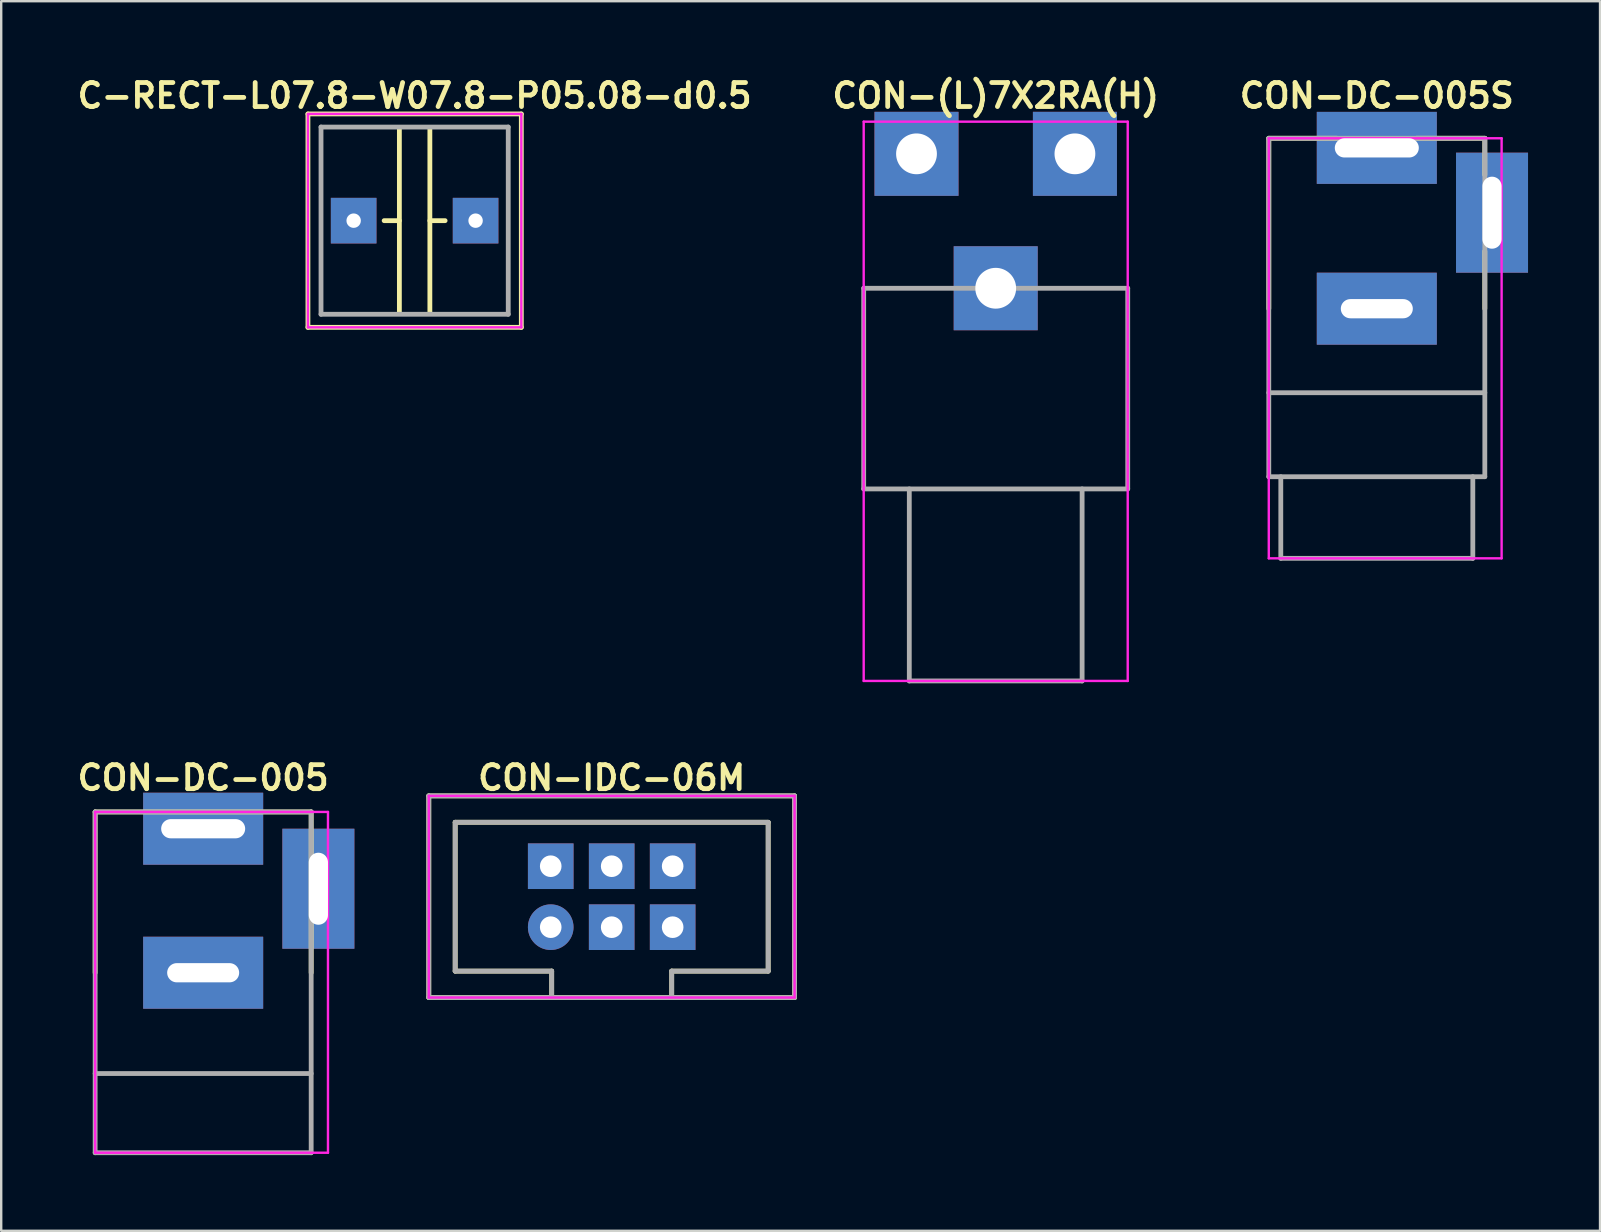
<source format=kicad_pcb>
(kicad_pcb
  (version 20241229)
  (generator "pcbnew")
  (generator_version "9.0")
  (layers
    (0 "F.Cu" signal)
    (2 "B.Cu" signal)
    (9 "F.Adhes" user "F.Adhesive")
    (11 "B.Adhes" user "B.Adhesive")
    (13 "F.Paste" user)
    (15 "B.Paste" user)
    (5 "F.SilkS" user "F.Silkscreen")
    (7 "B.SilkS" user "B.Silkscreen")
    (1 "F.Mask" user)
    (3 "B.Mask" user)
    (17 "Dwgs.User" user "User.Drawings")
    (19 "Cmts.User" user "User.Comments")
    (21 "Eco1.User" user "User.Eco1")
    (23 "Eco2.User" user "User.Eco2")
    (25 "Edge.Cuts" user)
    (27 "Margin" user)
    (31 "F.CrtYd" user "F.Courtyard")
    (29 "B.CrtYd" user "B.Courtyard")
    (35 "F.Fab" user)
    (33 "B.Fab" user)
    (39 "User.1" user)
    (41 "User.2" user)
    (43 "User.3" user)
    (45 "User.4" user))
  (footprint "C-RECT-L07.8-W07.8-P05.08-d0.5"
    (layer "F.Cu")
    (at 14.224 6.143)
    (property "Reference" "C-RECT-L07.8-W07.8-P05.08-d0.5" (at 0 -5.207 0) (layer "F.SilkS") (effects (font (size 1 1) (thickness 0.2))))
    (attr through_hole)
    (fp_line (start -4.445 -4.445) (end -4.445 4.445) (stroke (width 0.2) (type solid)) (layer "F.SilkS"))
    (fp_line (start -4.445 -4.445) (end 4.445 -4.445) (stroke (width 0.2) (type solid)) (layer "F.SilkS"))
    (fp_line (start -4.445 4.445) (end 4.445 4.445) (stroke (width 0.2) (type solid)) (layer "F.SilkS"))
    (fp_line (start -1.27 0) (end -0.635 0) (stroke (width 0.2) (type solid)) (layer "F.SilkS"))
    (fp_line (start -0.635 -3.81) (end -0.635 3.81) (stroke (width 0.2) (type solid)) (layer "F.SilkS"))
    (fp_line (start 0.635 -3.81) (end 0.635 3.81) (stroke (width 0.2) (type solid)) (layer "F.SilkS"))
    (fp_line (start 0.635 0) (end 1.27 0) (stroke (width 0.2) (type solid)) (layer "F.SilkS"))
    (fp_line (start 4.445 -4.445) (end 4.445 4.445) (stroke (width 0.2) (type solid)) (layer "F.SilkS"))
    (fp_line (start -4.445 -4.445) (end -4.445 4.445) (stroke (width 0.1) (type solid)) (layer "F.CrtYd"))
    (fp_line (start -4.445 -4.445) (end 4.445 -4.445) (stroke (width 0.1) (type solid)) (layer "F.CrtYd"))
    (fp_line (start -4.445 4.445) (end 4.445 4.445) (stroke (width 0.1) (type solid)) (layer "F.CrtYd"))
    (fp_line (start 4.445 -4.445) (end 4.445 4.445) (stroke (width 0.1) (type solid)) (layer "F.CrtYd"))
    (fp_line (start -3.9 -3.9) (end -3.9 3.9) (stroke (width 0.2) (type solid)) (layer "F.Fab"))
    (fp_line (start -3.9 -3.9) (end 3.9 -3.9) (stroke (width 0.2) (type solid)) (layer "F.Fab"))
    (fp_line (start -3.9 3.9) (end 3.9 3.9) (stroke (width 0.2) (type solid)) (layer "F.Fab"))
    (fp_line (start 3.9 -3.9) (end 3.9 3.9) (stroke (width 0.2) (type solid)) (layer "F.Fab"))
    (pad "1" thru_hole rect (at -2.54 0) (size 1.9 1.9) (drill 0.6) (layers "B.Cu" "B.Mask"))
    (pad "2" thru_hole rect (at 2.54 0) (size 1.9 1.9) (drill 0.6) (layers "B.Cu" "B.Mask")))
  (footprint "CON-IDC-06M"
    (layer "F.Cu")
    (at 22.434 34.308)
    (property "Reference" "CON-IDC-06M" (at 0 -4.953 0) (layer "F.SilkS") (effects (font (size 1 1) (thickness 0.2))))
    (attr through_hole)
    (fp_line (start -7.62 -4.2) (end -7.62 4.2) (stroke (width 0.2) (type solid)) (layer "F.SilkS"))
    (fp_line (start -7.62 -4.2) (end 7.62 -4.2) (stroke (width 0.2) (type solid)) (layer "F.SilkS"))
    (fp_line (start -7.62 4.2) (end 7.62 4.2) (stroke (width 0.2) (type solid)) (layer "F.SilkS"))
    (fp_line (start -6.52 -3.1) (end -6.52 3.1) (stroke (width 0.2) (type solid)) (layer "F.SilkS"))
    (fp_line (start -6.52 -3.1) (end 6.52 -3.1) (stroke (width 0.2) (type solid)) (layer "F.SilkS"))
    (fp_line (start -6.52 3.1) (end -2.5 3.1) (stroke (width 0.2) (type solid)) (layer "F.SilkS"))
    (fp_line (start -2.5 3.1) (end -2.5 4.2) (stroke (width 0.2) (type solid)) (layer "F.SilkS"))
    (fp_line (start 2.5 3.1) (end 2.5 4.2) (stroke (width 0.2) (type solid)) (layer "F.SilkS"))
    (fp_line (start 2.5 3.1) (end 6.52 3.1) (stroke (width 0.2) (type solid)) (layer "F.SilkS"))
    (fp_line (start 6.52 -3.1) (end 6.52 3.1) (stroke (width 0.2) (type solid)) (layer "F.SilkS"))
    (fp_line (start 7.62 -4.2) (end 7.62 4.2) (stroke (width 0.2) (type solid)) (layer "F.SilkS"))
    (fp_line (start -7.62 -4.2) (end -7.62 4.2) (stroke (width 0.1) (type solid)) (layer "F.CrtYd"))
    (fp_line (start -7.62 -4.2) (end 7.62 -4.2) (stroke (width 0.1) (type solid)) (layer "F.CrtYd"))
    (fp_line (start -7.62 4.2) (end 7.62 4.2) (stroke (width 0.1) (type solid)) (layer "F.CrtYd"))
    (fp_line (start 7.62 -4.2) (end 7.62 4.2) (stroke (width 0.1) (type solid)) (layer "F.CrtYd"))
    (fp_line (start -7.62 -4.2) (end -7.62 4.2) (stroke (width 0.2) (type solid)) (layer "F.Fab"))
    (fp_line (start -7.62 -4.2) (end 7.62 -4.2) (stroke (width 0.2) (type solid)) (layer "F.Fab"))
    (fp_line (start -7.62 4.2) (end 7.62 4.2) (stroke (width 0.2) (type solid)) (layer "F.Fab"))
    (fp_line (start -6.52 -3.1) (end -6.52 3.1) (stroke (width 0.2) (type solid)) (layer "F.Fab"))
    (fp_line (start -6.52 -3.1) (end 6.52 -3.1) (stroke (width 0.2) (type solid)) (layer "F.Fab"))
    (fp_line (start -6.52 3.1) (end -2.5 3.1) (stroke (width 0.2) (type solid)) (layer "F.Fab"))
    (fp_line (start -2.5 3.1) (end -2.5 4.2) (stroke (width 0.2) (type solid)) (layer "F.Fab"))
    (fp_line (start 2.5 3.1) (end 2.5 4.2) (stroke (width 0.2) (type solid)) (layer "F.Fab"))
    (fp_line (start 2.5 3.1) (end 6.52 3.1) (stroke (width 0.2) (type solid)) (layer "F.Fab"))
    (fp_line (start 6.52 -3.1) (end 6.52 3.1) (stroke (width 0.2) (type solid)) (layer "F.Fab"))
    (fp_line (start 7.62 -4.2) (end 7.62 4.2) (stroke (width 0.2) (type solid)) (layer "F.Fab"))
    (pad "1" thru_hole circle (at -2.54 1.27) (size 1.9 1.9) (drill 0.9) (layers "B.Cu" "B.Mask"))
    (pad "2" thru_hole rect (at -2.54 -1.27) (size 1.9 1.9) (drill 0.9) (layers "B.Cu" "B.Mask"))
    (pad "3" thru_hole rect (at 0 1.27) (size 1.9 1.9) (drill 0.9) (layers "B.Cu" "B.Mask"))
    (pad "4" thru_hole rect (at 0 -1.27) (size 1.9 1.9) (drill 0.9) (layers "B.Cu" "B.Mask"))
    (pad "5" thru_hole rect (at 2.54 1.27) (size 1.9 1.9) (drill 0.9) (layers "B.Cu" "B.Mask"))
    (pad "6" thru_hole rect (at 2.54 -1.27) (size 1.9 1.9) (drill 0.9) (layers "B.Cu" "B.Mask")))
  (footprint "CON-DC-005S"
    (layer "F.Cu")
    (at 54.31 16.811)
    (property "Reference" "CON-DC-005S" (at 0 -15.875 0) (layer "F.SilkS") (effects (font (size 1 1) (thickness 0.2))))
    (attr through_hole)
    (fp_line (start -4.5 -14.1) (end -4.5 -7) (stroke (width 0.2) (type solid)) (layer "F.SilkS"))
    (fp_line (start -4.5 -14.1) (end -1.651 -14.1) (stroke (width 0.2) (type solid)) (layer "F.SilkS"))
    (fp_line (start 1.651 -14.1) (end 4.5 -14.1) (stroke (width 0.2) (type solid)) (layer "F.SilkS"))
    (fp_line (start 4.5 -14.1) (end 4.5 -12.573) (stroke (width 0.2) (type solid)) (layer "F.SilkS"))
    (fp_line (start 4.5 -9.398) (end 4.5 -7) (stroke (width 0.2) (type solid)) (layer "F.SilkS"))
    (fp_line (start -4.5 -14.1) (end -4.5 3.4) (stroke (width 0.1) (type solid)) (layer "F.CrtYd"))
    (fp_line (start -4.5 -14.1) (end 5.2 -14.1) (stroke (width 0.1) (type solid)) (layer "F.CrtYd"))
    (fp_line (start -4.5 3.4) (end 5.2 3.4) (stroke (width 0.1) (type solid)) (layer "F.CrtYd"))
    (fp_line (start 5.2 -14.1) (end 5.2 3.4) (stroke (width 0.1) (type solid)) (layer "F.CrtYd"))
    (fp_line (start -4.5 -14.1) (end -4.5 0) (stroke (width 0.2) (type solid)) (layer "F.Fab"))
    (fp_line (start -4.5 -14.1) (end 4.5 -14.1) (stroke (width 0.2) (type solid)) (layer "F.Fab"))
    (fp_line (start -4.5 -3.5) (end 4.5 -3.5) (stroke (width 0.2) (type solid)) (layer "F.Fab"))
    (fp_line (start -4.5 0) (end 4.5 0) (stroke (width 0.2) (type solid)) (layer "F.Fab"))
    (fp_line (start -4 0) (end -4 3.4) (stroke (width 0.2) (type solid)) (layer "F.Fab"))
    (fp_line (start -4 3.4) (end 4 3.4) (stroke (width 0.2) (type solid)) (layer "F.Fab"))
    (fp_line (start 4 0) (end 4 3.4) (stroke (width 0.2) (type solid)) (layer "F.Fab"))
    (fp_line (start 4.5 -14.1) (end 4.5 0) (stroke (width 0.2) (type solid)) (layer "F.Fab"))
    (pad "C" thru_hole rect (at 0 -13.7) (size 5 3) (drill oval 3.5 0.8) (layers "B.Cu" "B.Mask"))
    (pad "S" thru_hole rect (at 0 -7) (size 5 3) (drill oval 3 0.8) (layers "B.Cu" "B.Mask"))
    (pad "SN" thru_hole rect (at 4.8 -11) (size 3 5) (drill oval 0.8 3) (layers "B.Cu" "B.Mask")))
  (footprint "CON-DC-005"
    (layer "F.Cu")
    (at 5.414 44.976)
    (property "Reference" "CON-DC-005" (at 0 -15.621 0) (layer "F.SilkS") (effects (font (size 1 1) (thickness 0.2))))
    (attr through_hole)
    (fp_line (start -4.5 -14.2) (end -4.5 -7.5) (stroke (width 0.2) (type solid)) (layer "F.SilkS"))
    (fp_line (start -4.5 -14.2) (end 4.5 -14.2) (stroke (width 0.2) (type solid)) (layer "F.SilkS"))
    (fp_line (start 4.5 -14.2) (end 4.5 -7.5) (stroke (width 0.2) (type solid)) (layer "F.SilkS"))
    (fp_line (start -4.5 -14.2) (end -4.5 0) (stroke (width 0.1) (type solid)) (layer "F.CrtYd"))
    (fp_line (start -4.5 -14.2) (end 5.2 -14.2) (stroke (width 0.1) (type solid)) (layer "F.CrtYd"))
    (fp_line (start -4.5 0) (end 5.2 0) (stroke (width 0.1) (type solid)) (layer "F.CrtYd"))
    (fp_line (start 5.2 -14.2) (end 5.2 0) (stroke (width 0.1) (type solid)) (layer "F.CrtYd"))
    (fp_line (start -4.5 -14.2) (end -4.5 0) (stroke (width 0.2) (type solid)) (layer "F.Fab"))
    (fp_line (start -4.5 -14.2) (end 4.5 -14.2) (stroke (width 0.2) (type solid)) (layer "F.Fab"))
    (fp_line (start -4.5 -3.3) (end 4.5 -3.3) (stroke (width 0.2) (type solid)) (layer "F.Fab"))
    (fp_line (start -4.5 0) (end 4.5 0) (stroke (width 0.2) (type solid)) (layer "F.Fab"))
    (fp_line (start 4.5 -14.2) (end 4.5 0) (stroke (width 0.2) (type solid)) (layer "F.Fab"))
    (pad "C" thru_hole rect (at 0 -13.5) (size 5 3) (drill oval 3.5 0.8) (layers "B.Cu" "B.Mask"))
    (pad "S" thru_hole rect (at 0 -7.5) (size 5 3) (drill oval 3 0.8) (layers "B.Cu" "B.Mask"))
    (pad "SN" thru_hole rect (at 4.8 -11) (size 3 5) (drill oval 0.8 3) (layers "B.Cu" "B.Mask")))
  (footprint "CON-(L)7X2RA(H)"
    (layer "F.Cu")
    (at 38.433 17.319)
    (property "Reference" "CON-(L)7X2RA(H)" (at 0 -16.383 0) (layer "F.SilkS") (effects (font (size 1 1) (thickness 0.2))))
    (attr through_hole)
    (fp_line (start -5.5 -15.3) (end -5.5 8) (stroke (width 0.1) (type solid)) (layer "F.CrtYd"))
    (fp_line (start -5.5 -15.3) (end 5.5 -15.3) (stroke (width 0.1) (type solid)) (layer "F.CrtYd"))
    (fp_line (start -5.5 8) (end 5.5 8) (stroke (width 0.1) (type solid)) (layer "F.CrtYd"))
    (fp_line (start 5.5 -15.3) (end 5.5 8) (stroke (width 0.1) (type solid)) (layer "F.CrtYd"))
    (fp_line (start -5.5 -8.36) (end -5.5 0) (stroke (width 0.2) (type solid)) (layer "F.Fab"))
    (fp_line (start -5.5 -8.36) (end 5.5 -8.36) (stroke (width 0.2) (type solid)) (layer "F.Fab"))
    (fp_line (start -5.5 0) (end 5.5 0) (stroke (width 0.2) (type solid)) (layer "F.Fab"))
    (fp_line (start -3.6 0) (end -3.6 8) (stroke (width 0.2) (type solid)) (layer "F.Fab"))
    (fp_line (start -3.6 8) (end 3.6 8) (stroke (width 0.2) (type solid)) (layer "F.Fab"))
    (fp_line (start 3.6 0) (end 3.6 8) (stroke (width 0.2) (type solid)) (layer "F.Fab"))
    (fp_line (start 5.5 -8.36) (end 5.5 0) (stroke (width 0.2) (type solid)) (layer "F.Fab"))
    (pad "C" thru_hole rect (at -3.3 -13.96) (size 3.5 3.5) (drill 1.7) (layers "B.Cu" "B.Mask"))
    (pad "S" thru_hole rect (at 0 -8.36) (size 3.5 3.5) (drill 1.7) (layers "B.Cu" "B.Mask"))
    (pad "SN" thru_hole rect (at 3.3 -13.96) (size 3.5 3.5) (drill 1.7) (layers "B.Cu" "B.Mask")))
  (gr_rect
    (start -3 -3)
    (end 63.61 48.226)
    (stroke (width 0.1) (type default))
    (fill no)
    (layer "Edge.Cuts")))
</source>
